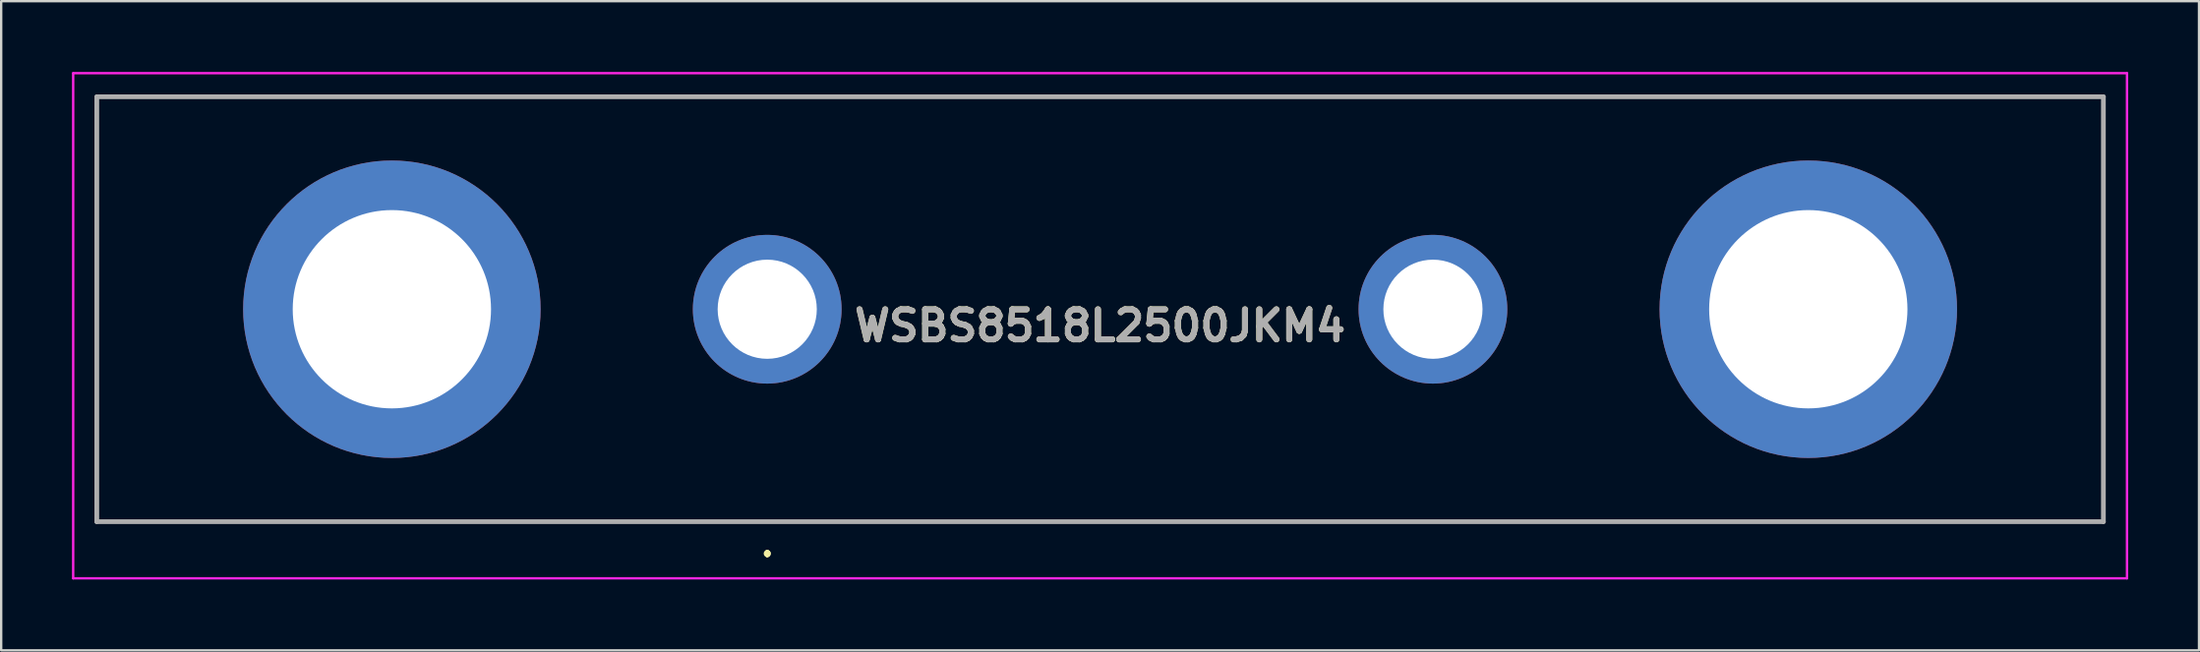
<source format=kicad_pcb>
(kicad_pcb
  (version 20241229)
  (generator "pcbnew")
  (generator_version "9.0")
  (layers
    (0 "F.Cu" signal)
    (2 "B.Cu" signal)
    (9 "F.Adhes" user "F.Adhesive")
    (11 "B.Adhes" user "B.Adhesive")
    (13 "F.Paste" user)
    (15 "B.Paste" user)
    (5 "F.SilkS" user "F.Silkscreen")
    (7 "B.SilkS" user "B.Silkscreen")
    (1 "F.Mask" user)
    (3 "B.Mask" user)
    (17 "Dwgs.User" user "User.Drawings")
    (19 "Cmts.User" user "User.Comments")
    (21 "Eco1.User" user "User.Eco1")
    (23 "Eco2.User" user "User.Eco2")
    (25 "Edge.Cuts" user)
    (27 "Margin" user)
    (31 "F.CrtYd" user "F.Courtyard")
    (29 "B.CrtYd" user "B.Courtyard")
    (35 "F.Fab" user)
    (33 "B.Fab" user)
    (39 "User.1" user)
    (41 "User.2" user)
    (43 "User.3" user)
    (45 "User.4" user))
  (footprint "WSBS8518L2500JKM4"
    (layer "F.Cu")
    (at 29.45 10.05)
    (property "Reference" "WSBS8518L2500JKM4" (at 14.1 0.7 0) (layer "F.SilkS") (effects (font (size 1.27 1.27) (thickness 0.254))))
    (attr through_hole)
    (fp_line (start -28.4 -9) (end 56.6 -9) (stroke (width 0.1) (type solid)) (layer "F.SilkS"))
    (fp_line (start -28.4 9) (end -28.4 -9) (stroke (width 0.1) (type solid)) (layer "F.SilkS"))
    (fp_line (start 0 10.3) (end 0 10.3) (stroke (width 0.2) (type solid)) (layer "F.SilkS"))
    (fp_line (start 0 10.4) (end 0 10.4) (stroke (width 0.2) (type solid)) (layer "F.SilkS"))
    (fp_line (start 0 10.4) (end 0 10.4) (stroke (width 0.2) (type solid)) (layer "F.SilkS"))
    (fp_line (start 56.6 -9) (end 56.6 9) (stroke (width 0.1) (type solid)) (layer "F.SilkS"))
    (fp_line (start 56.6 9) (end -28.4 9) (stroke (width 0.1) (type solid)) (layer "F.SilkS"))
    (fp_arc (start 0 10.3) (mid 0.05 10.35) (end 0 10.4) (stroke (width 0.2) (type solid)) (layer "F.SilkS"))
    (fp_arc (start 0 10.3) (mid 0.05 10.35) (end 0 10.4) (stroke (width 0.2) (type solid)) (layer "F.SilkS"))
    (fp_arc (start 0 10.4) (mid -0.05 10.35) (end 0 10.3) (stroke (width 0.2) (type solid)) (layer "F.SilkS"))
    (fp_line (start -29.4 -10) (end 57.6 -10) (stroke (width 0.1) (type solid)) (layer "F.CrtYd"))
    (fp_line (start -29.4 11.4) (end -29.4 -10) (stroke (width 0.1) (type solid)) (layer "F.CrtYd"))
    (fp_line (start 57.6 -10) (end 57.6 11.4) (stroke (width 0.1) (type solid)) (layer "F.CrtYd"))
    (fp_line (start 57.6 11.4) (end -29.4 11.4) (stroke (width 0.1) (type solid)) (layer "F.CrtYd"))
    (fp_line (start -28.4 -9) (end 56.6 -9) (stroke (width 0.2) (type solid)) (layer "F.Fab"))
    (fp_line (start -28.4 9) (end -28.4 -9) (stroke (width 0.2) (type solid)) (layer "F.Fab"))
    (fp_line (start 56.6 -9) (end 56.6 9) (stroke (width 0.2) (type solid)) (layer "F.Fab"))
    (fp_line (start 56.6 9) (end -28.4 9) (stroke (width 0.2) (type solid)) (layer "F.Fab"))
    (fp_text user "${REFERENCE}" (at 14.1 0.7 0) (layer "F.Fab") (effects (font (size 1.27 1.27) (thickness 0.254))))
    (pad "1" thru_hole circle (at 0 0) (size 6.3 6.3) (drill 4.2) (layers "*.Cu" "*.Mask"))
    (pad "2" thru_hole circle (at 28.2 0) (size 6.3 6.3) (drill 4.2) (layers "*.Cu" "*.Mask"))
    (pad "MH1" thru_hole circle (at -15.9 0) (size 12.6 12.6) (drill 8.4) (layers "*.Cu" "*.Mask"))
    (pad "MH2" thru_hole circle (at 44.1 0) (size 12.6 12.6) (drill 8.4) (layers "*.Cu" "*.Mask")))
  (gr_rect
    (start -3 -3)
    (end 90.1 24.5)
    (stroke (width 0.1) (type default))
    (fill no)
    (layer "Edge.Cuts")))
</source>
